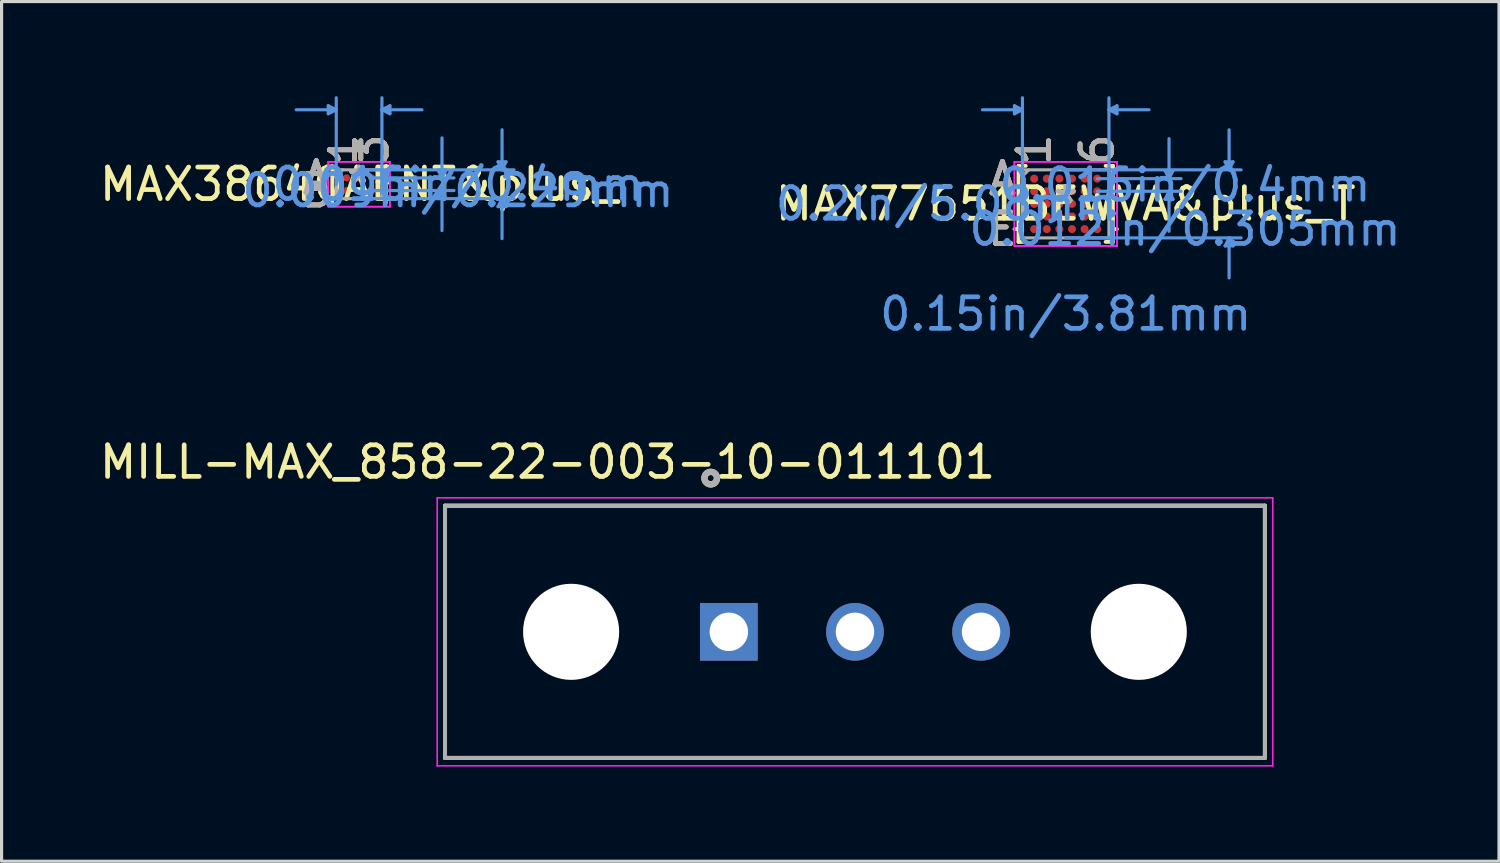
<source format=kicad_pcb>
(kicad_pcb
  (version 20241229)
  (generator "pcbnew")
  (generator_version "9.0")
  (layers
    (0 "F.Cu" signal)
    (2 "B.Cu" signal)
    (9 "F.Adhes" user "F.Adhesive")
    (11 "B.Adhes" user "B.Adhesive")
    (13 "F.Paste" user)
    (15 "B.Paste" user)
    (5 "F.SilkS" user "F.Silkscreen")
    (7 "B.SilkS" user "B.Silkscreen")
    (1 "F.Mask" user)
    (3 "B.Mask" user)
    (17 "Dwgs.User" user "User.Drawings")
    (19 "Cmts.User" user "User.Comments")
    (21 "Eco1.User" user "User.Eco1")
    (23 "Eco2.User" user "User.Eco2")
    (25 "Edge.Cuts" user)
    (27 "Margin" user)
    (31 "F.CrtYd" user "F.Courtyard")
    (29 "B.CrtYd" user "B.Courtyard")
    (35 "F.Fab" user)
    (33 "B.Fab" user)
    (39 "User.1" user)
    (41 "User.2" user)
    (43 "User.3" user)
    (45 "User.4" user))
  (footprint "MAX77651BEWVA&plus_T"
    (layer "F.Cu")
    (at 30.75 3.416)
    (property "Reference" "MAX77651BEWVA&plus_T" (at 0 0 0) (layer "F.SilkS") (effects (font (size 1 1) (thickness 0.15))))
    (attr through_hole)
    (fp_line (start -1.499 -1.206) (end -1.499 1.206) (stroke (width 0.12) (type solid)) (layer "F.SilkS"))
    (fp_line (start -1.499 1.206) (end -1.265 1.206) (stroke (width 0.12) (type solid)) (layer "F.SilkS"))
    (fp_line (start -1.409 0.8) (end -1.626 0.8) (stroke (width 0.12) (type solid)) (layer "F.SilkS"))
    (fp_line (start -1.265 -1.206) (end -1.499 -1.206) (stroke (width 0.12) (type solid)) (layer "F.SilkS"))
    (fp_line (start 1.265 1.206) (end 1.499 1.206) (stroke (width 0.12) (type solid)) (layer "F.SilkS"))
    (fp_line (start 1.409 0.8) (end 1.626 0.8) (stroke (width 0.12) (type solid)) (layer "F.SilkS"))
    (fp_line (start 1.499 -1.206) (end 1.265 -1.206) (stroke (width 0.12) (type solid)) (layer "F.SilkS"))
    (fp_line (start 1.499 1.206) (end 1.499 -1.206) (stroke (width 0.12) (type solid)) (layer "F.SilkS"))
    (fp_line (start -1.626 -3.111) (end -1.626 -2.857) (stroke (width 0.1) (type solid)) (layer "Cmts.User"))
    (fp_line (start -1.372 -2.985) (end -2.642 -2.985) (stroke (width 0.1) (type solid)) (layer "Cmts.User"))
    (fp_line (start -1.372 -2.985) (end -1.626 -3.111) (stroke (width 0.1) (type solid)) (layer "Cmts.User"))
    (fp_line (start -1.372 -2.985) (end -1.626 -2.857) (stroke (width 0.1) (type solid)) (layer "Cmts.User"))
    (fp_line (start -1.372 0) (end -1.372 -3.365) (stroke (width 0.1) (type solid)) (layer "Cmts.User"))
    (fp_line (start 0 -1.079) (end 5.563 -1.079) (stroke (width 0.1) (type solid)) (layer "Cmts.User"))
    (fp_line (start 0 1.079) (end 5.563 1.079) (stroke (width 0.1) (type solid)) (layer "Cmts.User"))
    (fp_line (start 1 -0.8) (end 3.658 -0.8) (stroke (width 0.1) (type solid)) (layer "Cmts.User"))
    (fp_line (start 1 -0.4) (end 3.658 -0.4) (stroke (width 0.1) (type solid)) (layer "Cmts.User"))
    (fp_line (start 1.372 -2.985) (end 1.626 -3.111) (stroke (width 0.1) (type solid)) (layer "Cmts.User"))
    (fp_line (start 1.372 -2.985) (end 1.626 -2.857) (stroke (width 0.1) (type solid)) (layer "Cmts.User"))
    (fp_line (start 1.372 -2.985) (end 2.642 -2.985) (stroke (width 0.1) (type solid)) (layer "Cmts.User"))
    (fp_line (start 1.372 0) (end 1.372 -3.365) (stroke (width 0.1) (type solid)) (layer "Cmts.User"))
    (fp_line (start 1.626 -3.111) (end 1.626 -2.857) (stroke (width 0.1) (type solid)) (layer "Cmts.User"))
    (fp_line (start 3.15 -1.054) (end 3.404 -1.054) (stroke (width 0.1) (type solid)) (layer "Cmts.User"))
    (fp_line (start 3.15 -0.146) (end 3.404 -0.146) (stroke (width 0.1) (type solid)) (layer "Cmts.User"))
    (fp_line (start 3.277 -0.8) (end 3.15 -1.054) (stroke (width 0.1) (type solid)) (layer "Cmts.User"))
    (fp_line (start 3.277 -0.8) (end 3.277 -2.07) (stroke (width 0.1) (type solid)) (layer "Cmts.User"))
    (fp_line (start 3.277 -0.8) (end 3.404 -1.054) (stroke (width 0.1) (type solid)) (layer "Cmts.User"))
    (fp_line (start 3.277 -0.4) (end 3.15 -0.146) (stroke (width 0.1) (type solid)) (layer "Cmts.User"))
    (fp_line (start 3.277 -0.4) (end 3.277 0.87) (stroke (width 0.1) (type solid)) (layer "Cmts.User"))
    (fp_line (start 3.277 -0.4) (end 3.404 -0.146) (stroke (width 0.1) (type solid)) (layer "Cmts.User"))
    (fp_line (start 5.055 -1.333) (end 5.309 -1.333) (stroke (width 0.1) (type solid)) (layer "Cmts.User"))
    (fp_line (start 5.055 1.333) (end 5.309 1.333) (stroke (width 0.1) (type solid)) (layer "Cmts.User"))
    (fp_line (start 5.182 -1.079) (end 5.055 -1.333) (stroke (width 0.1) (type solid)) (layer "Cmts.User"))
    (fp_line (start 5.182 -1.079) (end 5.182 -2.349) (stroke (width 0.1) (type solid)) (layer "Cmts.User"))
    (fp_line (start 5.182 -1.079) (end 5.309 -1.333) (stroke (width 0.1) (type solid)) (layer "Cmts.User"))
    (fp_line (start 5.182 1.079) (end 5.055 1.333) (stroke (width 0.1) (type solid)) (layer "Cmts.User"))
    (fp_line (start 5.182 1.079) (end 5.182 2.349) (stroke (width 0.1) (type solid)) (layer "Cmts.User"))
    (fp_line (start 5.182 1.079) (end 5.309 1.333) (stroke (width 0.1) (type solid)) (layer "Cmts.User"))
    (fp_line (start -1.626 -1.333) (end 1.626 -1.333) (stroke (width 0.05) (type solid)) (layer "F.CrtYd"))
    (fp_line (start -1.626 -1.333) (end 1.626 -1.333) (stroke (width 0.05) (type solid)) (layer "F.CrtYd"))
    (fp_line (start -1.626 1.333) (end -1.626 -1.333) (stroke (width 0.05) (type solid)) (layer "F.CrtYd"))
    (fp_line (start -1.626 1.333) (end -1.626 -1.333) (stroke (width 0.05) (type solid)) (layer "F.CrtYd"))
    (fp_line (start 1.626 -1.333) (end 1.626 1.333) (stroke (width 0.05) (type solid)) (layer "F.CrtYd"))
    (fp_line (start 1.626 -1.333) (end 1.626 1.333) (stroke (width 0.05) (type solid)) (layer "F.CrtYd"))
    (fp_line (start 1.626 1.333) (end -1.626 1.333) (stroke (width 0.05) (type solid)) (layer "F.CrtYd"))
    (fp_line (start 1.626 1.333) (end -1.626 1.333) (stroke (width 0.05) (type solid)) (layer "F.CrtYd"))
    (fp_line (start -1.372 -1.079) (end -1.372 1.079) (stroke (width 0.1) (type solid)) (layer "F.Fab"))
    (fp_line (start -1.372 1.079) (end 1.372 1.079) (stroke (width 0.1) (type solid)) (layer "F.Fab"))
    (fp_line (start -1.172 -1.079) (end -1.372 -0.879) (stroke (width 0.1) (type solid)) (layer "F.Fab"))
    (fp_line (start 1.372 -1.079) (end -1.372 -1.079) (stroke (width 0.1) (type solid)) (layer "F.Fab"))
    (fp_line (start 1.372 1.079) (end 1.372 -1.079) (stroke (width 0.1) (type solid)) (layer "F.Fab"))
    (fp_text user "A" (at -2.007 -0.8 0) (layer "F.SilkS") (effects (font (size 1 1) (thickness 0.15))))
    (fp_text user "E" (at -2.007 0.8 0) (layer "F.SilkS") (effects (font (size 1 1) (thickness 0.15))))
    (fp_text user "6" (at 1 -1.714 90) (layer "F.SilkS") (effects (font (size 1 1) (thickness 0.15))))
    (fp_text user "*" (at 0 0 0) (layer "F.SilkS") (effects (font (size 1 1) (thickness 0.15))))
    (fp_text user "1" (at -1 -1.714 90) (layer "F.SilkS") (effects (font (size 1 1) (thickness 0.15))))
    (fp_text user "A" (at -2.007 -0.8 0) (layer "B.SilkS") (effects (font (size 1 1) (thickness 0.15))))
    (fp_text user "6" (at 1 -1.714 90) (layer "B.SilkS") (effects (font (size 1 1) (thickness 0.15))))
    (fp_text user "1" (at -1 -1.714 90) (layer "B.SilkS") (effects (font (size 1 1) (thickness 0.15))))
    (fp_text user "E" (at -2.007 0.8 0) (layer "B.SilkS") (effects (font (size 1 1) (thickness 0.15))))
    (fp_text user "0.012in/0.305mm" (at 3.785 0.8 0) (layer "Cmts.User") (effects (font (size 1 1) (thickness 0.15))))
    (fp_text user "0.016in/0.4mm" (at 3.785 -0.6 0) (layer "Cmts.User") (effects (font (size 1 1) (thickness 0.15))))
    (fp_text user "Copyright 2021 Accelerated Designs. All rights reserved." (at 0 0 0) (layer "Cmts.User") (effects (font (size 0.127 0.127) (thickness 0.002))))
    (fp_text user "0.15in/3.81mm" (at 0 3.493 0) (layer "Cmts.User") (effects (font (size 1 1) (thickness 0.15))))
    (fp_text user "0.2in/5.08mm" (at -3.785 0 0) (layer "Cmts.User") (effects (font (size 1 1) (thickness 0.15))))
    (fp_text user "6" (at 1 -1.714 90) (layer "F.Fab") (effects (font (size 1 1) (thickness 0.15))))
    (fp_text user "A" (at -2.007 -0.8 0) (layer "F.Fab") (effects (font (size 1 1) (thickness 0.15))))
    (fp_text user "E" (at -2.007 0.8 0) (layer "F.Fab") (effects (font (size 1 1) (thickness 0.15))))
    (fp_text user "1" (at -1 -1.714 90) (layer "F.Fab") (effects (font (size 1 1) (thickness 0.15))))
    (fp_text user "*" (at 0 0 0) (layer "F.Fab") (effects (font (size 1 1) (thickness 0.15))))
    (pad "A1" smd circle (at -1 -0.8) (size 0.254 0.254) (layers "F.Cu" "F.Mask" "F.Paste"))
    (pad "A2" smd circle (at -0.6 -0.8) (size 0.254 0.254) (layers "F.Cu" "F.Mask" "F.Paste"))
    (pad "A3" smd circle (at -0.2 -0.8) (size 0.254 0.254) (layers "F.Cu" "F.Mask" "F.Paste"))
    (pad "A4" smd circle (at 0.2 -0.8) (size 0.254 0.254) (layers "F.Cu" "F.Mask" "F.Paste"))
    (pad "A5" smd circle (at 0.6 -0.8) (size 0.254 0.254) (layers "F.Cu" "F.Mask" "F.Paste"))
    (pad "A6" smd circle (at 1 -0.8) (size 0.254 0.254) (layers "F.Cu" "F.Mask" "F.Paste"))
    (pad "B1" smd circle (at -1 -0.4) (size 0.254 0.254) (layers "F.Cu" "F.Mask" "F.Paste"))
    (pad "B2" smd circle (at -0.6 -0.4) (size 0.254 0.254) (layers "F.Cu" "F.Mask" "F.Paste"))
    (pad "B3" smd circle (at -0.2 -0.4) (size 0.254 0.254) (layers "F.Cu" "F.Mask" "F.Paste"))
    (pad "B4" smd circle (at 0.2 -0.4) (size 0.254 0.254) (layers "F.Cu" "F.Mask" "F.Paste"))
    (pad "B5" smd circle (at 0.6 -0.4) (size 0.254 0.254) (layers "F.Cu" "F.Mask" "F.Paste"))
    (pad "B6" smd circle (at 1 -0.4) (size 0.254 0.254) (layers "F.Cu" "F.Mask" "F.Paste"))
    (pad "C1" smd circle (at -1 0) (size 0.254 0.254) (layers "F.Cu" "F.Mask" "F.Paste"))
    (pad "C2" smd circle (at -0.6 0) (size 0.254 0.254) (layers "F.Cu" "F.Mask" "F.Paste"))
    (pad "C3" smd circle (at -0.2 0) (size 0.254 0.254) (layers "F.Cu" "F.Mask" "F.Paste"))
    (pad "C4" smd circle (at 0.2 0) (size 0.254 0.254) (layers "F.Cu" "F.Mask" "F.Paste"))
    (pad "C5" smd circle (at 0.6 0) (size 0.254 0.254) (layers "F.Cu" "F.Mask" "F.Paste"))
    (pad "C6" smd circle (at 1 0) (size 0.254 0.254) (layers "F.Cu" "F.Mask" "F.Paste"))
    (pad "D1" smd circle (at -1 0.4) (size 0.254 0.254) (layers "F.Cu" "F.Mask" "F.Paste"))
    (pad "D2" smd circle (at -0.6 0.4) (size 0.254 0.254) (layers "F.Cu" "F.Mask" "F.Paste"))
    (pad "D3" smd circle (at -0.2 0.4) (size 0.254 0.254) (layers "F.Cu" "F.Mask" "F.Paste"))
    (pad "D4" smd circle (at 0.2 0.4) (size 0.254 0.254) (layers "F.Cu" "F.Mask" "F.Paste"))
    (pad "D5" smd circle (at 0.6 0.4) (size 0.254 0.254) (layers "F.Cu" "F.Mask" "F.Paste"))
    (pad "D6" smd circle (at 1 0.4) (size 0.254 0.254) (layers "F.Cu" "F.Mask" "F.Paste"))
    (pad "E1" smd circle (at -1 0.8) (size 0.254 0.254) (layers "F.Cu" "F.Mask" "F.Paste"))
    (pad "E2" smd circle (at -0.6 0.8) (size 0.254 0.254) (layers "F.Cu" "F.Mask" "F.Paste"))
    (pad "E3" smd circle (at -0.2 0.8) (size 0.254 0.254) (layers "F.Cu" "F.Mask" "F.Paste"))
    (pad "E4" smd circle (at 0.2 0.8) (size 0.254 0.254) (layers "F.Cu" "F.Mask" "F.Paste"))
    (pad "E5" smd circle (at 0.6 0.8) (size 0.254 0.254) (layers "F.Cu" "F.Mask" "F.Paste"))
    (pad "E6" smd circle (at 1 0.8) (size 0.254 0.254) (layers "F.Cu" "F.Mask" "F.Paste")))
  (footprint "MAX38640AENT&plus_"
    (layer "F.Cu")
    (at 8.339 2.793)
    (property "Reference" "MAX38640AENT&plus_" (at 0 0 0) (layer "F.SilkS") (effects (font (size 1 1) (thickness 0.15))))
    (attr through_hole)
    (fp_line (start -0.851 -0.584) (end -0.851 0.584) (stroke (width 0.12) (type solid)) (layer "F.SilkS"))
    (fp_line (start 0.851 0.584) (end 0.851 -0.584) (stroke (width 0.12) (type solid)) (layer "F.SilkS"))
    (fp_line (start -0.978 -2.489) (end -0.978 -2.235) (stroke (width 0.1) (type solid)) (layer "Cmts.User"))
    (fp_line (start -0.724 -2.362) (end -1.994 -2.362) (stroke (width 0.1) (type solid)) (layer "Cmts.User"))
    (fp_line (start -0.724 -2.362) (end -0.978 -2.489) (stroke (width 0.1) (type solid)) (layer "Cmts.User"))
    (fp_line (start -0.724 -2.362) (end -0.978 -2.235) (stroke (width 0.1) (type solid)) (layer "Cmts.User"))
    (fp_line (start -0.724 0) (end -0.724 -2.743) (stroke (width 0.1) (type solid)) (layer "Cmts.User"))
    (fp_line (start 0 -0.457) (end 4.915 -0.457) (stroke (width 0.1) (type solid)) (layer "Cmts.User"))
    (fp_line (start 0 0.457) (end 4.915 0.457) (stroke (width 0.1) (type solid)) (layer "Cmts.User"))
    (fp_line (start 0.4 -0.2) (end 3.01 -0.2) (stroke (width 0.1) (type solid)) (layer "Cmts.User"))
    (fp_line (start 0.4 0.2) (end 3.01 0.2) (stroke (width 0.1) (type solid)) (layer "Cmts.User"))
    (fp_line (start 0.724 -2.362) (end 0.978 -2.489) (stroke (width 0.1) (type solid)) (layer "Cmts.User"))
    (fp_line (start 0.724 -2.362) (end 0.978 -2.235) (stroke (width 0.1) (type solid)) (layer "Cmts.User"))
    (fp_line (start 0.724 -2.362) (end 1.994 -2.362) (stroke (width 0.1) (type solid)) (layer "Cmts.User"))
    (fp_line (start 0.724 0) (end 0.724 -2.743) (stroke (width 0.1) (type solid)) (layer "Cmts.User"))
    (fp_line (start 0.978 -2.489) (end 0.978 -2.235) (stroke (width 0.1) (type solid)) (layer "Cmts.User"))
    (fp_line (start 2.502 -0.454) (end 2.756 -0.454) (stroke (width 0.1) (type solid)) (layer "Cmts.User"))
    (fp_line (start 2.502 0.454) (end 2.756 0.454) (stroke (width 0.1) (type solid)) (layer "Cmts.User"))
    (fp_line (start 2.629 -0.2) (end 2.502 -0.454) (stroke (width 0.1) (type solid)) (layer "Cmts.User"))
    (fp_line (start 2.629 -0.2) (end 2.629 -1.47) (stroke (width 0.1) (type solid)) (layer "Cmts.User"))
    (fp_line (start 2.629 -0.2) (end 2.756 -0.454) (stroke (width 0.1) (type solid)) (layer "Cmts.User"))
    (fp_line (start 2.629 0.2) (end 2.502 0.454) (stroke (width 0.1) (type solid)) (layer "Cmts.User"))
    (fp_line (start 2.629 0.2) (end 2.629 1.47) (stroke (width 0.1) (type solid)) (layer "Cmts.User"))
    (fp_line (start 2.629 0.2) (end 2.756 0.454) (stroke (width 0.1) (type solid)) (layer "Cmts.User"))
    (fp_line (start 4.407 -0.711) (end 4.661 -0.711) (stroke (width 0.1) (type solid)) (layer "Cmts.User"))
    (fp_line (start 4.407 0.711) (end 4.661 0.711) (stroke (width 0.1) (type solid)) (layer "Cmts.User"))
    (fp_line (start 4.534 -0.457) (end 4.407 -0.711) (stroke (width 0.1) (type solid)) (layer "Cmts.User"))
    (fp_line (start 4.534 -0.457) (end 4.534 -1.727) (stroke (width 0.1) (type solid)) (layer "Cmts.User"))
    (fp_line (start 4.534 -0.457) (end 4.661 -0.711) (stroke (width 0.1) (type solid)) (layer "Cmts.User"))
    (fp_line (start 4.534 0.457) (end 4.407 0.711) (stroke (width 0.1) (type solid)) (layer "Cmts.User"))
    (fp_line (start 4.534 0.457) (end 4.534 1.727) (stroke (width 0.1) (type solid)) (layer "Cmts.User"))
    (fp_line (start 4.534 0.457) (end 4.661 0.711) (stroke (width 0.1) (type solid)) (layer "Cmts.User"))
    (fp_line (start -0.978 -0.711) (end 0.978 -0.711) (stroke (width 0.05) (type solid)) (layer "F.CrtYd"))
    (fp_line (start -0.978 -0.711) (end 0.978 -0.711) (stroke (width 0.05) (type solid)) (layer "F.CrtYd"))
    (fp_line (start -0.978 0.711) (end -0.978 -0.711) (stroke (width 0.05) (type solid)) (layer "F.CrtYd"))
    (fp_line (start -0.978 0.711) (end -0.978 -0.711) (stroke (width 0.05) (type solid)) (layer "F.CrtYd"))
    (fp_line (start 0.978 -0.711) (end 0.978 0.711) (stroke (width 0.05) (type solid)) (layer "F.CrtYd"))
    (fp_line (start 0.978 -0.711) (end 0.978 0.711) (stroke (width 0.05) (type solid)) (layer "F.CrtYd"))
    (fp_line (start 0.978 0.711) (end -0.978 0.711) (stroke (width 0.05) (type solid)) (layer "F.CrtYd"))
    (fp_line (start 0.978 0.711) (end -0.978 0.711) (stroke (width 0.05) (type solid)) (layer "F.CrtYd"))
    (fp_line (start -0.724 -0.457) (end -0.724 0.457) (stroke (width 0.1) (type solid)) (layer "F.Fab"))
    (fp_line (start -0.724 0.457) (end 0.724 0.457) (stroke (width 0.1) (type solid)) (layer "F.Fab"))
    (fp_line (start -0.524 -0.457) (end -0.724 -0.257) (stroke (width 0.1) (type solid)) (layer "F.Fab"))
    (fp_line (start 0.724 -0.457) (end -0.724 -0.457) (stroke (width 0.1) (type solid)) (layer "F.Fab"))
    (fp_line (start 0.724 0.457) (end 0.724 -0.457) (stroke (width 0.1) (type solid)) (layer "F.Fab"))
    (fp_text user "1" (at -0.4 -1.092 90) (layer "F.SilkS") (effects (font (size 1 1) (thickness 0.15))))
    (fp_text user "*" (at 0 0 0) (layer "F.SilkS") (effects (font (size 1 1) (thickness 0.15))))
    (fp_text user "3" (at 0.4 -1.092 90) (layer "F.SilkS") (effects (font (size 1 1) (thickness 0.15))))
    (fp_text user "A" (at -1.359 -0.2 0) (layer "F.SilkS") (effects (font (size 1 1) (thickness 0.15))))
    (fp_text user "B" (at -1.359 0.2 0) (layer "F.SilkS") (effects (font (size 1 1) (thickness 0.15))))
    (fp_text user "1" (at -0.4 -1.092 90) (layer "B.SilkS") (effects (font (size 1 1) (thickness 0.15))))
    (fp_text user "A" (at -1.359 -0.2 0) (layer "B.SilkS") (effects (font (size 1 1) (thickness 0.15))))
    (fp_text user "B" (at -1.359 0.2 0) (layer "B.SilkS") (effects (font (size 1 1) (thickness 0.15))))
    (fp_text user "3" (at 0.4 -1.092 90) (layer "B.SilkS") (effects (font (size 1 1) (thickness 0.15))))
    (fp_text user "Copyright 2021 Accelerated Designs. All rights reserved." (at 0 0 0) (layer "Cmts.User") (effects (font (size 0.127 0.127) (thickness 0.002))))
    (fp_text user "0.009in/0.229mm" (at 3.137 0.2 0) (layer "Cmts.User") (effects (font (size 1 1) (thickness 0.15))))
    (fp_text user "0.016in/0.4mm" (at 3.137 0 0) (layer "Cmts.User") (effects (font (size 1 1) (thickness 0.15))))
    (fp_text user "*" (at 0 0 0) (layer "F.Fab") (effects (font (size 1 1) (thickness 0.15))))
    (fp_text user "3" (at 0.4 -1.092 90) (layer "F.Fab") (effects (font (size 1 1) (thickness 0.15))))
    (fp_text user "A" (at -1.359 -0.2 0) (layer "F.Fab") (effects (font (size 1 1) (thickness 0.15))))
    (fp_text user "1" (at -0.4 -1.092 90) (layer "F.Fab") (effects (font (size 1 1) (thickness 0.15))))
    (fp_text user "B" (at -1.359 0.2 0) (layer "F.Fab") (effects (font (size 1 1) (thickness 0.15))))
    (pad "A1" smd circle (at -0.4 -0.2) (size 0.229 0.229) (layers "F.Cu" "F.Mask" "F.Paste"))
    (pad "A2" smd circle (at 0 -0.2) (size 0.229 0.229) (layers "F.Cu" "F.Mask" "F.Paste"))
    (pad "A3" smd circle (at 0.4 -0.2) (size 0.229 0.229) (layers "F.Cu" "F.Mask" "F.Paste"))
    (pad "B1" smd circle (at -0.4 0.2) (size 0.229 0.229) (layers "F.Cu" "F.Mask" "F.Paste"))
    (pad "B2" smd circle (at 0 0.2) (size 0.229 0.229) (layers "F.Cu" "F.Mask" "F.Paste"))
    (pad "B3" smd circle (at 0.4 0.2) (size 0.229 0.229) (layers "F.Cu" "F.Mask" "F.Paste")))
  (footprint "MILL-MAX_858-22-003-10-011101"
    (layer "F.Cu")
    (at 24.066 16.989)
    (property "Reference" "MILL-MAX_858-22-003-10-011101" (at -9.751 -5.385 0) (layer "F.SilkS") (effects (font (size 1 1) (thickness 0.15))))
    (attr through_hole)
    (fp_line (start -13.002 -4) (end 13.002 -4) (stroke (width 0.127) (type solid)) (layer "F.SilkS"))
    (fp_line (start -13.002 4) (end -13.002 -4) (stroke (width 0.127) (type solid)) (layer "F.SilkS"))
    (fp_line (start 13.002 -4) (end 13.002 4) (stroke (width 0.127) (type solid)) (layer "F.SilkS"))
    (fp_line (start 13.002 4) (end -13.002 4) (stroke (width 0.127) (type solid)) (layer "F.SilkS"))
    (fp_circle (center -4.575 -4.875) (end -4.476 -4.875) (stroke (width 0.2) (type solid)) (fill no) (layer "F.SilkS"))
    (fp_line (start -13.25 -4.25) (end -13.25 4.25) (stroke (width 0.05) (type solid)) (layer "F.CrtYd"))
    (fp_line (start -13.25 4.25) (end 13.25 4.25) (stroke (width 0.05) (type solid)) (layer "F.CrtYd"))
    (fp_line (start 13.25 -4.25) (end -13.25 -4.25) (stroke (width 0.05) (type solid)) (layer "F.CrtYd"))
    (fp_line (start 13.25 4.25) (end 13.25 -4.25) (stroke (width 0.05) (type solid)) (layer "F.CrtYd"))
    (fp_line (start -13.002 -4) (end -13.002 4) (stroke (width 0.127) (type solid)) (layer "F.Fab"))
    (fp_line (start -13.002 4) (end 13.002 4) (stroke (width 0.127) (type solid)) (layer "F.Fab"))
    (fp_line (start 13.002 -4) (end -13.002 -4) (stroke (width 0.127) (type solid)) (layer "F.Fab"))
    (fp_line (start 13.002 4) (end 13.002 -4) (stroke (width 0.127) (type solid)) (layer "F.Fab"))
    (fp_circle (center -4.575 -4.875) (end -4.476 -4.875) (stroke (width 0.2) (type solid)) (fill no) (layer "F.Fab"))
    (pad "" np_thru_hole circle (at -9.002 0) (size 3.048 3.048) (drill 3.048) (layers "*.Cu" "*.Mask"))
    (pad "" np_thru_hole circle (at 9.002 0) (size 3.048 3.048) (drill 3.048) (layers "*.Cu" "*.Mask"))
    (pad "1" thru_hole rect (at -4 0) (size 1.829 1.829) (drill 1.219) (layers "*.Cu" "*.Mask"))
    (pad "2" thru_hole circle (at 0 0) (size 1.829 1.829) (drill 1.219) (layers "*.Cu" "*.Mask"))
    (pad "3" thru_hole circle (at 4 0) (size 1.829 1.829) (drill 1.219) (layers "*.Cu" "*.Mask")))
  (gr_rect
    (start -3 -3)
    (end 44.493 24.265)
    (stroke (width 0.1) (type default))
    (fill no)
    (layer "Edge.Cuts")))
</source>
